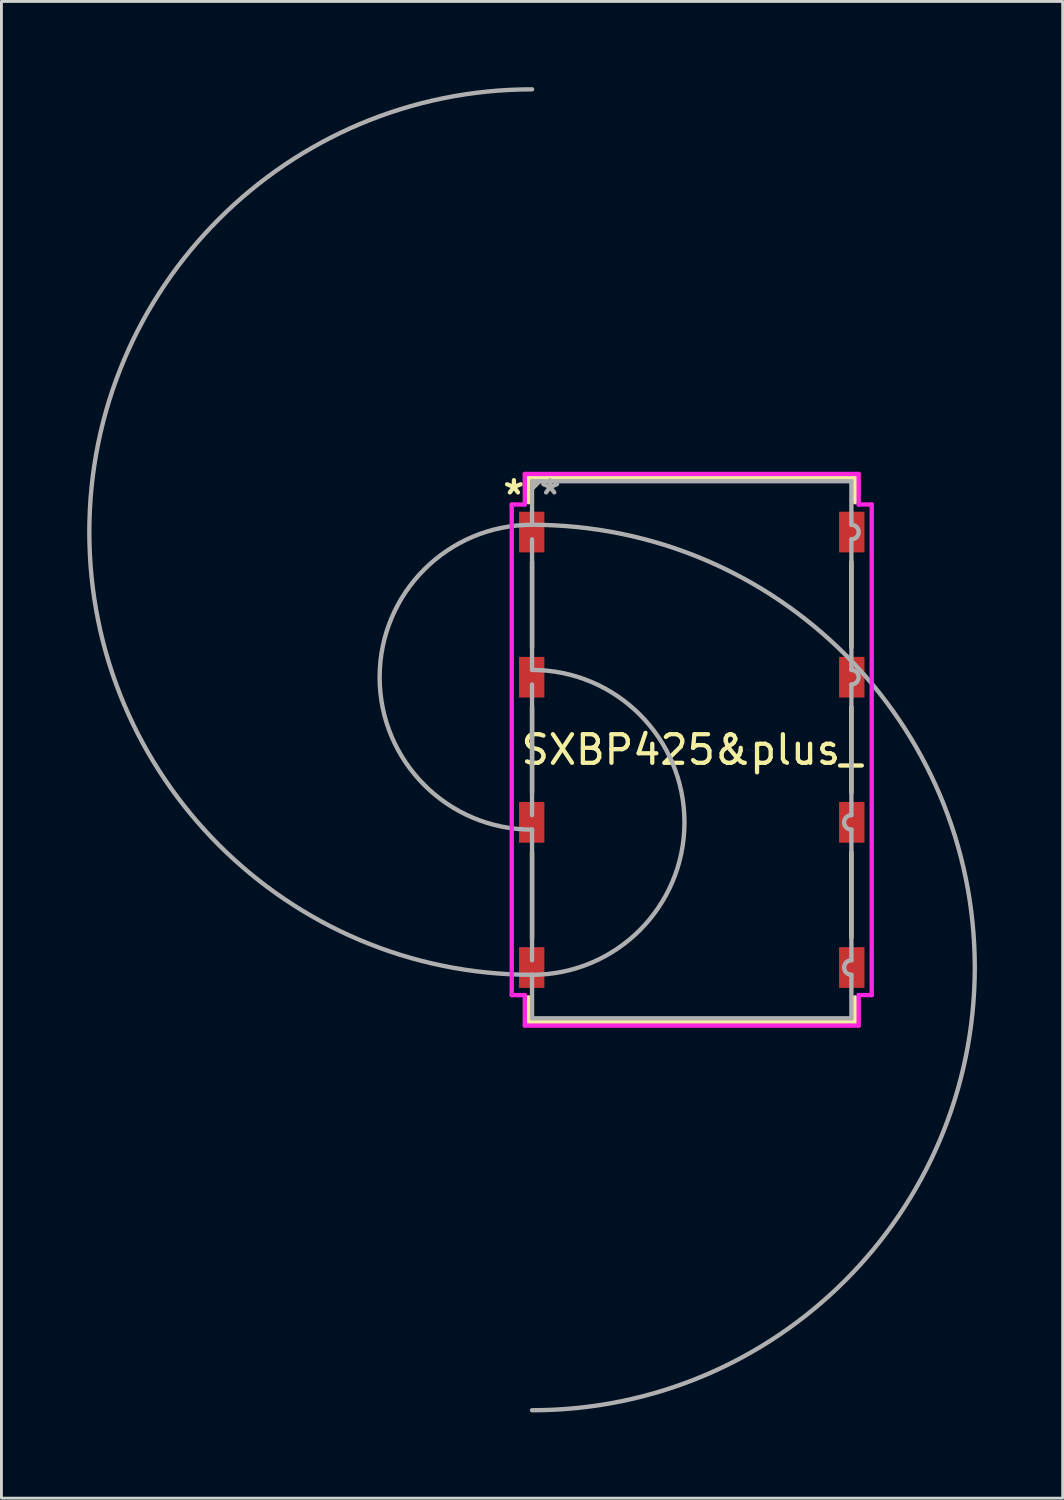
<source format=kicad_pcb>
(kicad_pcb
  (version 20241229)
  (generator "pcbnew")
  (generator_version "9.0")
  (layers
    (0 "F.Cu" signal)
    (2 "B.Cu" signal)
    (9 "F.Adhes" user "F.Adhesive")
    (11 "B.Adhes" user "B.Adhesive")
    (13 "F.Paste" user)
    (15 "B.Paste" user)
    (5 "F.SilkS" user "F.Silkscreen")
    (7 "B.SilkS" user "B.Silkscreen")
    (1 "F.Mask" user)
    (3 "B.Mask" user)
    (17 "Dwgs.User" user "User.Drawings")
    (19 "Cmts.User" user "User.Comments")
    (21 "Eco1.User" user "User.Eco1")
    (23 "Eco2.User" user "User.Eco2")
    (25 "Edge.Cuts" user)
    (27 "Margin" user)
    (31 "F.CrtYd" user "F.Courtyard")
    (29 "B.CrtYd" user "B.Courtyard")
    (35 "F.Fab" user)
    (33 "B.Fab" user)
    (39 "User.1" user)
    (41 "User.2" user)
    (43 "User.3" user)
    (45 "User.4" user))
  (footprint "SXBP425&plus_"
    (layer "F.Cu")
    (at 21.158 23.19)
    (property "Reference" "SXBP425&plus_" (at 0 0 0) (layer "F.SilkS") (effects (font (size 1 1) (thickness 0.15))))
    (attr through_hole)
    (fp_line (start -5.715 -9.525) (end 5.715 -9.525) (stroke (width 0.152) (type solid)) (layer "F.SilkS"))
    (fp_line (start -5.715 -8.664) (end -5.715 -9.525) (stroke (width 0.152) (type solid)) (layer "F.SilkS"))
    (fp_line (start -5.715 8.664) (end -5.715 9.525) (stroke (width 0.152) (type solid)) (layer "F.SilkS"))
    (fp_line (start -5.715 9.525) (end 5.715 9.525) (stroke (width 0.152) (type solid)) (layer "F.SilkS"))
    (fp_line (start -5.588 -6.576) (end -5.588 -3.584) (stroke (width 0.152) (type solid)) (layer "F.SilkS"))
    (fp_line (start -5.588 -1.496) (end -5.588 1.496) (stroke (width 0.152) (type solid)) (layer "F.SilkS"))
    (fp_line (start -5.588 3.584) (end -5.588 6.576) (stroke (width 0.152) (type solid)) (layer "F.SilkS"))
    (fp_line (start -5.334 -9.398) (end -5.588 -9.144) (stroke (width 0.152) (type solid)) (layer "F.SilkS"))
    (fp_line (start 5.588 -6.576) (end 5.588 -3.584) (stroke (width 0.152) (type solid)) (layer "F.SilkS"))
    (fp_line (start 5.588 -1.496) (end 5.588 1.496) (stroke (width 0.152) (type solid)) (layer "F.SilkS"))
    (fp_line (start 5.588 3.584) (end 5.588 6.576) (stroke (width 0.152) (type solid)) (layer "F.SilkS"))
    (fp_line (start 5.715 -8.664) (end 5.715 -9.525) (stroke (width 0.152) (type solid)) (layer "F.SilkS"))
    (fp_line (start 5.715 8.664) (end 5.715 9.525) (stroke (width 0.152) (type solid)) (layer "F.SilkS"))
    (fp_line (start -6.299 -8.585) (end -5.842 -8.585) (stroke (width 0.152) (type solid)) (layer "F.CrtYd"))
    (fp_line (start -6.299 8.585) (end -6.299 -8.585) (stroke (width 0.152) (type solid)) (layer "F.CrtYd"))
    (fp_line (start -6.299 8.585) (end -5.842 8.585) (stroke (width 0.152) (type solid)) (layer "F.CrtYd"))
    (fp_line (start -5.842 -9.652) (end 5.842 -9.652) (stroke (width 0.152) (type solid)) (layer "F.CrtYd"))
    (fp_line (start -5.842 -8.585) (end -5.842 -9.652) (stroke (width 0.152) (type solid)) (layer "F.CrtYd"))
    (fp_line (start -5.842 9.652) (end -5.842 8.585) (stroke (width 0.152) (type solid)) (layer "F.CrtYd"))
    (fp_line (start 5.842 -9.652) (end 5.842 -8.585) (stroke (width 0.152) (type solid)) (layer "F.CrtYd"))
    (fp_line (start 5.842 8.585) (end 5.842 9.652) (stroke (width 0.152) (type solid)) (layer "F.CrtYd"))
    (fp_line (start 5.842 9.652) (end -5.842 9.652) (stroke (width 0.152) (type solid)) (layer "F.CrtYd"))
    (fp_line (start 6.299 -8.585) (end 5.842 -8.585) (stroke (width 0.152) (type solid)) (layer "F.CrtYd"))
    (fp_line (start 6.299 -8.585) (end 6.299 8.585) (stroke (width 0.152) (type solid)) (layer "F.CrtYd"))
    (fp_line (start 6.299 8.585) (end 5.842 8.585) (stroke (width 0.152) (type solid)) (layer "F.CrtYd"))
    (fp_line (start -5.588 -9.398) (end 5.588 -9.398) (stroke (width 0.152) (type solid)) (layer "F.Fab"))
    (fp_line (start -5.588 -7.874) (end -5.588 -9.398) (stroke (width 0.152) (type solid)) (layer "F.Fab"))
    (fp_line (start -5.588 -7.366) (end -5.588 -2.794) (stroke (width 0.152) (type solid)) (layer "F.Fab"))
    (fp_line (start -5.588 -2.286) (end -5.588 2.286) (stroke (width 0.152) (type solid)) (layer "F.Fab"))
    (fp_line (start -5.588 2.794) (end -5.588 7.366) (stroke (width 0.152) (type solid)) (layer "F.Fab"))
    (fp_line (start -5.588 7.874) (end -5.588 9.398) (stroke (width 0.152) (type solid)) (layer "F.Fab"))
    (fp_line (start -5.588 9.398) (end 5.588 9.398) (stroke (width 0.152) (type solid)) (layer "F.Fab"))
    (fp_line (start -5.334 -9.398) (end -5.588 -9.144) (stroke (width 0.152) (type solid)) (layer "F.Fab"))
    (fp_line (start 5.588 -7.874) (end 5.588 -9.398) (stroke (width 0.152) (type solid)) (layer "F.Fab"))
    (fp_line (start 5.588 -7.366) (end 5.588 -2.794) (stroke (width 0.152) (type solid)) (layer "F.Fab"))
    (fp_line (start 5.588 -2.286) (end 5.588 2.286) (stroke (width 0.152) (type solid)) (layer "F.Fab"))
    (fp_line (start 5.588 2.794) (end 5.588 7.366) (stroke (width 0.152) (type solid)) (layer "F.Fab"))
    (fp_line (start 5.588 7.874) (end 5.588 9.398) (stroke (width 0.152) (type solid)) (layer "F.Fab"))
    (fp_arc (start -5.588 -7.874) (mid 9.906 7.62) (end -5.588 23.114) (stroke (width 0.1524) (type solid)) (layer "F.Fab"))
    (fp_arc (start -5.588 -2.794) (mid -0.254 2.54) (end -5.588 7.874) (stroke (width 0.1524) (type solid)) (layer "F.Fab"))
    (fp_arc (start -5.588 2.794) (mid -10.922 -2.54) (end -5.588 -7.874) (stroke (width 0.1524) (type solid)) (layer "F.Fab"))
    (fp_arc (start -5.588 7.874) (mid -21.082 -7.62) (end -5.588 -23.114) (stroke (width 0.1524) (type solid)) (layer "F.Fab"))
    (fp_arc (start 5.588 -7.874) (mid 5.842 -7.62) (end 5.588 -7.366) (stroke (width 0.1524) (type solid)) (layer "F.Fab"))
    (fp_arc (start 5.588 -2.794) (mid 5.842 -2.54) (end 5.588 -2.286) (stroke (width 0.1524) (type solid)) (layer "F.Fab"))
    (fp_arc (start 5.588 2.794) (mid 5.334 2.54) (end 5.588 2.286) (stroke (width 0.1524) (type solid)) (layer "F.Fab"))
    (fp_arc (start 5.588 7.874) (mid 5.334 7.62) (end 5.588 7.366) (stroke (width 0.1524) (type solid)) (layer "F.Fab"))
    (fp_text user "*" (at -6.223 -8.89 0) (layer "F.SilkS") (effects (font (size 1 1) (thickness 0.15))))
    (fp_text user "Copyright 2016 Accelerated Designs. All rights reserved." (at 0 0 0) (layer "Cmts.User") (effects (font (size 0.127 0.127) (thickness 0.002))))
    (fp_text user "*" (at -4.953 -8.89 0) (layer "F.Fab") (effects (font (size 1 1) (thickness 0.15))))
    (pad "1" smd rect (at -5.601 -7.62) (size 0.889 1.422) (layers "F.Cu" "F.Mask" "F.Paste"))
    (pad "2" smd rect (at 5.601 -7.62) (size 0.889 1.422) (layers "F.Cu" "F.Mask" "F.Paste"))
    (pad "3" smd rect (at -5.601 -2.54) (size 0.889 1.422) (layers "F.Cu" "F.Mask" "F.Paste"))
    (pad "4" smd rect (at 5.601 -2.54) (size 0.889 1.422) (layers "F.Cu" "F.Mask" "F.Paste"))
    (pad "5" smd rect (at -5.601 2.54) (size 0.889 1.422) (layers "F.Cu" "F.Mask" "F.Paste"))
    (pad "6" smd rect (at 5.601 2.54) (size 0.889 1.422) (layers "F.Cu" "F.Mask" "F.Paste"))
    (pad "7" smd rect (at -5.601 7.62) (size 0.889 1.422) (layers "F.Cu" "F.Mask" "F.Paste"))
    (pad "8" smd rect (at 5.601 7.62) (size 0.889 1.422) (layers "F.Cu" "F.Mask" "F.Paste")))
  (gr_rect
    (start -3 -3)
    (end 34.14 49.38)
    (stroke (width 0.1) (type default))
    (fill no)
    (layer "Edge.Cuts")))
</source>
